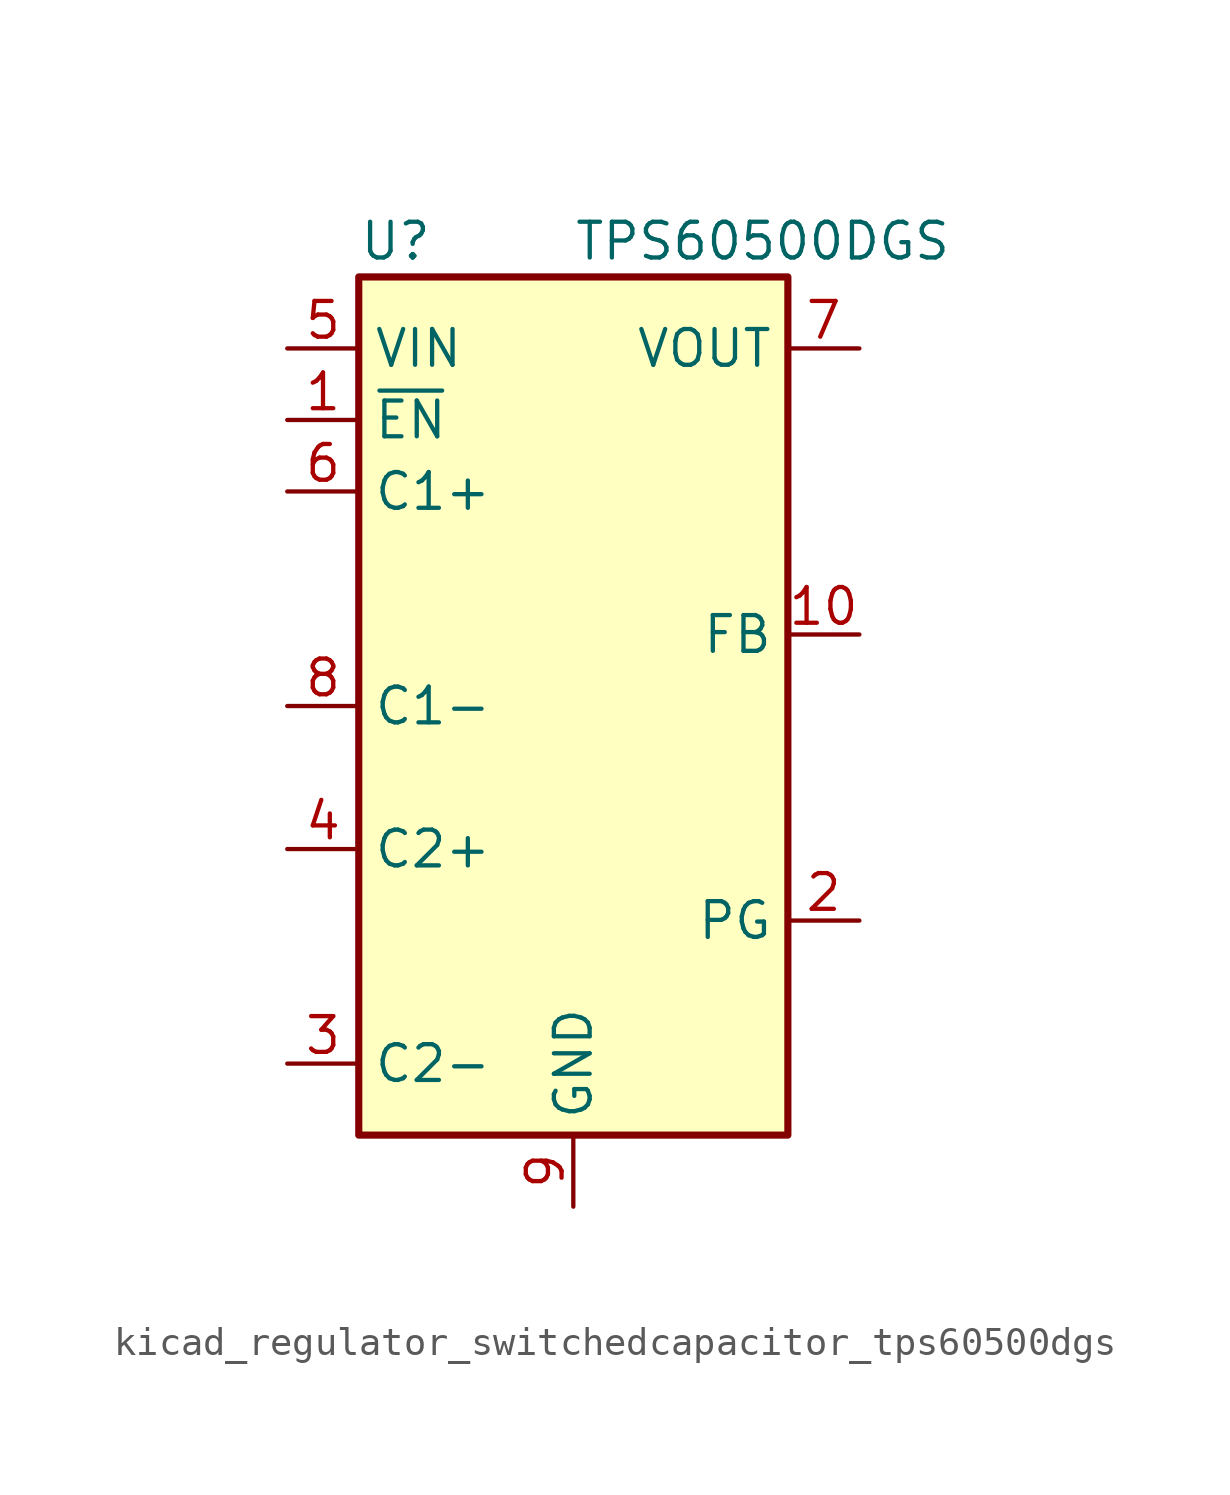
<source format=kicad_sym>
(kicad_symbol_lib
  (version 20220914)
  (generator kicad_symbol_editor)
  (symbol "kicad_regulator_switchedcapacitor_tps60500dgs"
    (property "Reference" "U"
      (at -7.62 16.51 0)
      (effects (font (size 1.27 1.27)) (justify left)))
    (property "Value" "TPS60500DGS"
      (at 0 16.51 0)
      (effects (font (size 1.27 1.27)) (justify left)))
    (symbol "kicad_regulator_switchedcapacitor_tps60500dgs_0_1"
      (rectangle (start -7.62 15.24) (end 7.62 -15.24) (stroke (width 0.254) (type default)) (fill (type background))))
    (symbol "kicad_regulator_switchedcapacitor_tps60500dgs_1_1"
      (pin input line (at -10.16 10.16 0) (length 2.54) (name "~{EN}" (effects (font (size 1.27 1.27)))) (number "1" (effects (font (size 1.27 1.27)))))
      (pin input line (at 10.16 2.54 180) (length 2.54) (name "FB" (effects (font (size 1.27 1.27)))) (number "10" (effects (font (size 1.27 1.27)))))
      (pin open_collector line (at 10.16 -7.62 180) (length 2.54) (name "PG" (effects (font (size 1.27 1.27)))) (number "2" (effects (font (size 1.27 1.27)))))
      (pin passive line (at -10.16 -12.7 0) (length 2.54) (name "C2-" (effects (font (size 1.27 1.27)))) (number "3" (effects (font (size 1.27 1.27)))))
      (pin passive line (at -10.16 -5.08 0) (length 2.54) (name "C2+" (effects (font (size 1.27 1.27)))) (number "4" (effects (font (size 1.27 1.27)))))
      (pin power_in line (at -10.16 12.7 0) (length 2.54) (name "VIN" (effects (font (size 1.27 1.27)))) (number "5" (effects (font (size 1.27 1.27)))))
      (pin passive line (at -10.16 7.62 0) (length 2.54) (name "C1+" (effects (font (size 1.27 1.27)))) (number "6" (effects (font (size 1.27 1.27)))))
      (pin power_out line (at 10.16 12.7 180) (length 2.54) (name "VOUT" (effects (font (size 1.27 1.27)))) (number "7" (effects (font (size 1.27 1.27)))))
      (pin passive line (at -10.16 0 0) (length 2.54) (name "C1-" (effects (font (size 1.27 1.27)))) (number "8" (effects (font (size 1.27 1.27)))))
      (pin power_in line (at 0 -17.78 90) (length 2.54) (name "GND" (effects (font (size 1.27 1.27)))) (number "9" (effects (font (size 1.27 1.27))))))))
</source>
